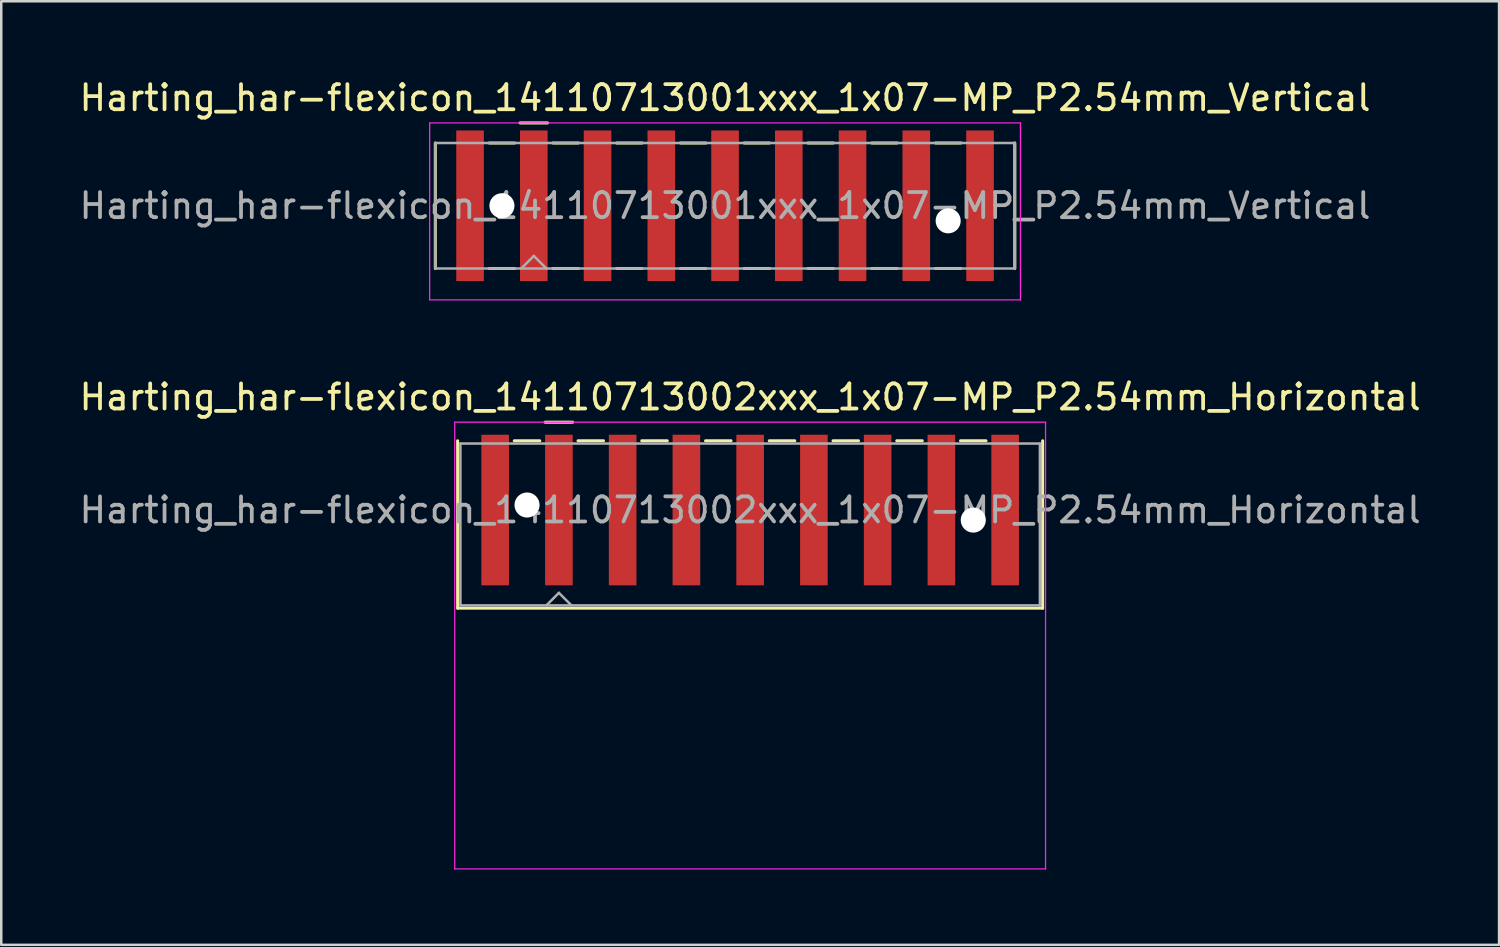
<source format=kicad_pcb>
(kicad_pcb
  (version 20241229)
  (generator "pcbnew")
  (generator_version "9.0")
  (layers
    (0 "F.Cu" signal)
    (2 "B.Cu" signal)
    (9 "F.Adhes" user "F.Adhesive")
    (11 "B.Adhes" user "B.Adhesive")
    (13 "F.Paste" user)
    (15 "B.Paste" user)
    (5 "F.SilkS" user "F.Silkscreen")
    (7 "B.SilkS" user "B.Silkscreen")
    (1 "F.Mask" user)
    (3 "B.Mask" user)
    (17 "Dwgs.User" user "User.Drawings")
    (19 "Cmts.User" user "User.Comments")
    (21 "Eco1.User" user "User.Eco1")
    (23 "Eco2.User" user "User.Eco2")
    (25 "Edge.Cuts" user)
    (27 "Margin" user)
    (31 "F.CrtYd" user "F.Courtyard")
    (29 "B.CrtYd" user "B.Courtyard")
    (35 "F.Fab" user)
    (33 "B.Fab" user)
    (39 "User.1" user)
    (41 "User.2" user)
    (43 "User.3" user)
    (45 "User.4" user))
  (footprint "Harting_har-flexicon_14110713001xxx_1x07-MP_P2.54mm_Vertical"
    (layer "F.Cu")
    (at 25.839 5.148)
    (property "Reference" "Harting_har-flexicon_14110713001xxx_1x07-MP_P2.54mm_Vertical" (at 0 -4.3 0) (layer "F.SilkS") (effects (font (size 1 1) (thickness 0.15))))
    (attr smd)
    (fp_line (start -11.545 -2.5) (end -11.545 2.5) (stroke (width 0.12) (type solid)) (layer "F.SilkS"))
    (fp_line (start -9.398 -2.5) (end -8.382 -2.5) (stroke (width 0.12) (type solid)) (layer "F.SilkS"))
    (fp_line (start -9.398 2.5) (end -8.382 2.5) (stroke (width 0.12) (type solid)) (layer "F.SilkS"))
    (fp_line (start -8.17 -3.3) (end -7.07 -3.3) (stroke (width 0.12) (type solid)) (layer "F.SilkS"))
    (fp_line (start -6.858 -2.5) (end -5.842 -2.5) (stroke (width 0.12) (type solid)) (layer "F.SilkS"))
    (fp_line (start -6.858 2.5) (end -5.842 2.5) (stroke (width 0.12) (type solid)) (layer "F.SilkS"))
    (fp_line (start -4.318 -2.5) (end -3.302 -2.5) (stroke (width 0.12) (type solid)) (layer "F.SilkS"))
    (fp_line (start -4.318 2.5) (end -3.302 2.5) (stroke (width 0.12) (type solid)) (layer "F.SilkS"))
    (fp_line (start -1.778 -2.5) (end -0.762 -2.5) (stroke (width 0.12) (type solid)) (layer "F.SilkS"))
    (fp_line (start -1.778 2.5) (end -0.762 2.5) (stroke (width 0.12) (type solid)) (layer "F.SilkS"))
    (fp_line (start 0.762 -2.5) (end 1.778 -2.5) (stroke (width 0.12) (type solid)) (layer "F.SilkS"))
    (fp_line (start 0.762 2.5) (end 1.778 2.5) (stroke (width 0.12) (type solid)) (layer "F.SilkS"))
    (fp_line (start 3.302 -2.5) (end 4.318 -2.5) (stroke (width 0.12) (type solid)) (layer "F.SilkS"))
    (fp_line (start 3.302 2.5) (end 4.318 2.5) (stroke (width 0.12) (type solid)) (layer "F.SilkS"))
    (fp_line (start 5.842 -2.5) (end 6.858 -2.5) (stroke (width 0.12) (type solid)) (layer "F.SilkS"))
    (fp_line (start 5.842 2.5) (end 6.858 2.5) (stroke (width 0.12) (type solid)) (layer "F.SilkS"))
    (fp_line (start 8.382 -2.5) (end 9.398 -2.5) (stroke (width 0.12) (type solid)) (layer "F.SilkS"))
    (fp_line (start 8.382 2.5) (end 9.398 2.5) (stroke (width 0.12) (type solid)) (layer "F.SilkS"))
    (fp_line (start 11.545 -2.5) (end 11.545 2.5) (stroke (width 0.12) (type solid)) (layer "F.SilkS"))
    (fp_line (start -11.77 -3.3) (end -11.77 3.75) (stroke (width 0.05) (type solid)) (layer "F.CrtYd"))
    (fp_line (start -11.77 3.75) (end 11.77 3.75) (stroke (width 0.05) (type solid)) (layer "F.CrtYd"))
    (fp_line (start 11.77 -3.3) (end -11.77 -3.3) (stroke (width 0.05) (type solid)) (layer "F.CrtYd"))
    (fp_line (start 11.77 3.75) (end 11.77 -3.3) (stroke (width 0.05) (type solid)) (layer "F.CrtYd"))
    (fp_line (start -11.545 -2.5) (end -11.545 2.5) (stroke (width 0.1) (type solid)) (layer "F.Fab"))
    (fp_line (start -11.545 2.5) (end 11.545 2.5) (stroke (width 0.1) (type solid)) (layer "F.Fab"))
    (fp_line (start -8.12 2.5) (end -7.62 2) (stroke (width 0.1) (type solid)) (layer "F.Fab"))
    (fp_line (start -7.62 2) (end -7.12 2.5) (stroke (width 0.1) (type solid)) (layer "F.Fab"))
    (fp_line (start 11.545 -2.5) (end -11.545 -2.5) (stroke (width 0.1) (type solid)) (layer "F.Fab"))
    (fp_line (start 11.545 2.5) (end 11.545 -2.5) (stroke (width 0.1) (type solid)) (layer "F.Fab"))
    (fp_text user "${REFERENCE}" (at 0 0 0) (layer "F.Fab") (effects (font (size 1 1) (thickness 0.15))))
    (pad "" np_thru_hole circle (at -8.89 0) (size 1 1) (drill 1) (layers "*.Cu" "*.Mask"))
    (pad "" np_thru_hole circle (at 8.89 0.6) (size 1 1) (drill 1) (layers "*.Cu" "*.Mask"))
    (pad "1" smd rect (at -7.62 0) (size 1.1 6) (layers "F.Cu" "F.Mask" "F.Paste"))
    (pad "2" smd rect (at -5.08 0) (size 1.1 6) (layers "F.Cu" "F.Mask" "F.Paste"))
    (pad "3" smd rect (at -2.54 0) (size 1.1 6) (layers "F.Cu" "F.Mask" "F.Paste"))
    (pad "4" smd rect (at 0 0) (size 1.1 6) (layers "F.Cu" "F.Mask" "F.Paste"))
    (pad "5" smd rect (at 2.54 0) (size 1.1 6) (layers "F.Cu" "F.Mask" "F.Paste"))
    (pad "6" smd rect (at 5.08 0) (size 1.1 6) (layers "F.Cu" "F.Mask" "F.Paste"))
    (pad "7" smd rect (at 7.62 0) (size 1.1 6) (layers "F.Cu" "F.Mask" "F.Paste"))
    (pad "MP" smd rect (at -10.16 0) (size 1.1 6) (layers "F.Cu" "F.Mask" "F.Paste"))
    (pad "MP" smd rect (at 10.16 0) (size 1.1 6) (layers "F.Cu" "F.Mask" "F.Paste")))
  (footprint "Harting_har-flexicon_14110713002xxx_1x07-MP_P2.54mm_Horizontal"
    (layer "F.Cu")
    (at 26.839 18.572)
    (property "Reference" "Harting_har-flexicon_14110713002xxx_1x07-MP_P2.54mm_Horizontal" (at 0 -5.8 0) (layer "F.SilkS") (effects (font (size 1 1) (thickness 0.15))))
    (attr smd)
    (fp_line (start -11.655 -4.06) (end -11.655 2.61) (stroke (width 0.12) (type solid)) (layer "F.SilkS"))
    (fp_line (start -9.398 -4.06) (end -8.382 -4.06) (stroke (width 0.12) (type solid)) (layer "F.SilkS"))
    (fp_line (start -8.17 -4.8) (end -7.07 -4.8) (stroke (width 0.12) (type solid)) (layer "F.SilkS"))
    (fp_line (start -6.858 -4.06) (end -5.842 -4.06) (stroke (width 0.12) (type solid)) (layer "F.SilkS"))
    (fp_line (start -4.318 -4.06) (end -3.302 -4.06) (stroke (width 0.12) (type solid)) (layer "F.SilkS"))
    (fp_line (start -1.778 -4.06) (end -0.762 -4.06) (stroke (width 0.12) (type solid)) (layer "F.SilkS"))
    (fp_line (start 0.762 -4.06) (end 1.778 -4.06) (stroke (width 0.12) (type solid)) (layer "F.SilkS"))
    (fp_line (start 3.302 -4.06) (end 4.318 -4.06) (stroke (width 0.12) (type solid)) (layer "F.SilkS"))
    (fp_line (start 5.842 -4.06) (end 6.858 -4.06) (stroke (width 0.12) (type solid)) (layer "F.SilkS"))
    (fp_line (start 8.382 -4.06) (end 9.398 -4.06) (stroke (width 0.12) (type solid)) (layer "F.SilkS"))
    (fp_line (start 11.655 -4.06) (end 11.655 2.61) (stroke (width 0.12) (type solid)) (layer "F.SilkS"))
    (fp_line (start 11.655 2.61) (end -11.655 2.61) (stroke (width 0.12) (type solid)) (layer "F.SilkS"))
    (fp_line (start -11.77 -4.8) (end -11.77 13) (stroke (width 0.05) (type solid)) (layer "F.CrtYd"))
    (fp_line (start -11.77 13) (end 11.77 13) (stroke (width 0.05) (type solid)) (layer "F.CrtYd"))
    (fp_line (start 11.77 -4.8) (end -11.77 -4.8) (stroke (width 0.05) (type solid)) (layer "F.CrtYd"))
    (fp_line (start 11.77 13) (end 11.77 -4.8) (stroke (width 0.05) (type solid)) (layer "F.CrtYd"))
    (fp_line (start -11.545 -3.95) (end -11.545 2.5) (stroke (width 0.1) (type solid)) (layer "F.Fab"))
    (fp_line (start -11.545 2.5) (end 11.545 2.5) (stroke (width 0.1) (type solid)) (layer "F.Fab"))
    (fp_line (start -8.12 2.5) (end -7.62 2) (stroke (width 0.1) (type solid)) (layer "F.Fab"))
    (fp_line (start -7.62 2) (end -7.12 2.5) (stroke (width 0.1) (type solid)) (layer "F.Fab"))
    (fp_line (start 11.545 -3.95) (end -11.545 -3.95) (stroke (width 0.1) (type solid)) (layer "F.Fab"))
    (fp_line (start 11.545 2.5) (end 11.545 -3.95) (stroke (width 0.1) (type solid)) (layer "F.Fab"))
    (fp_text user "${REFERENCE}" (at 0 -1.3 0) (layer "F.Fab") (effects (font (size 1 1) (thickness 0.15))))
    (pad "" np_thru_hole circle (at -8.89 -1.5) (size 1 1) (drill 1) (layers "*.Cu" "*.Mask"))
    (pad "" np_thru_hole circle (at 8.89 -0.9) (size 1 1) (drill 1) (layers "*.Cu" "*.Mask"))
    (pad "1" smd rect (at -7.62 -1.3) (size 1.1 6) (layers "F.Cu" "F.Mask" "F.Paste"))
    (pad "2" smd rect (at -5.08 -1.3) (size 1.1 6) (layers "F.Cu" "F.Mask" "F.Paste"))
    (pad "3" smd rect (at -2.54 -1.3) (size 1.1 6) (layers "F.Cu" "F.Mask" "F.Paste"))
    (pad "4" smd rect (at 0 -1.3) (size 1.1 6) (layers "F.Cu" "F.Mask" "F.Paste"))
    (pad "5" smd rect (at 2.54 -1.3) (size 1.1 6) (layers "F.Cu" "F.Mask" "F.Paste"))
    (pad "6" smd rect (at 5.08 -1.3) (size 1.1 6) (layers "F.Cu" "F.Mask" "F.Paste"))
    (pad "7" smd rect (at 7.62 -1.3) (size 1.1 6) (layers "F.Cu" "F.Mask" "F.Paste"))
    (pad "MP" smd rect (at -10.16 -1.3) (size 1.1 6) (layers "F.Cu" "F.Mask" "F.Paste"))
    (pad "MP" smd rect (at 10.16 -1.3) (size 1.1 6) (layers "F.Cu" "F.Mask" "F.Paste")))
  (gr_rect
    (start -3 -3)
    (end 56.679 34.596)
    (stroke (width 0.1) (type default))
    (fill no)
    (layer "Edge.Cuts")))
</source>
